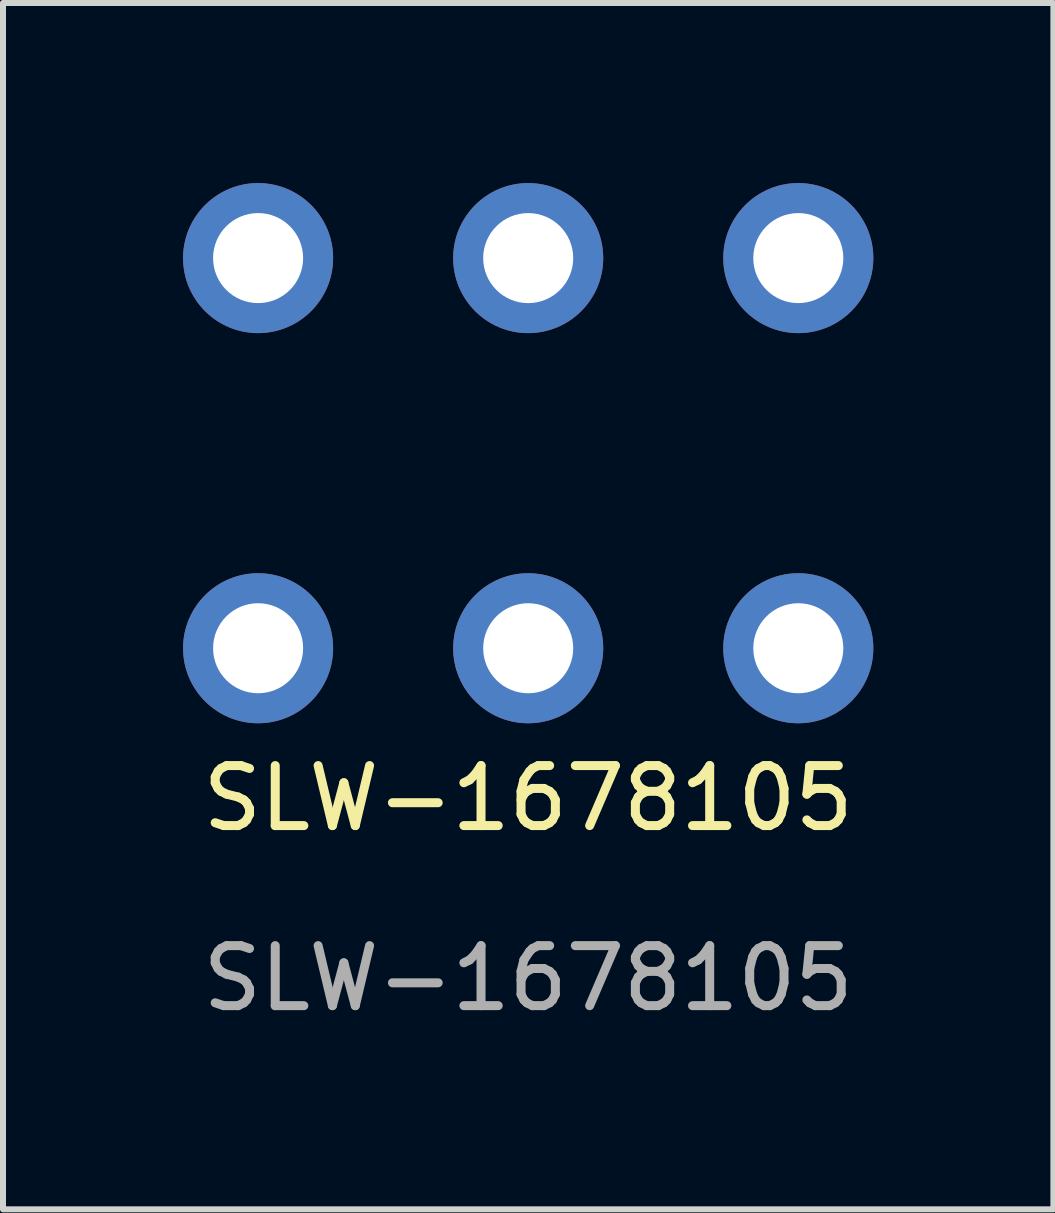
<source format=kicad_pcb>
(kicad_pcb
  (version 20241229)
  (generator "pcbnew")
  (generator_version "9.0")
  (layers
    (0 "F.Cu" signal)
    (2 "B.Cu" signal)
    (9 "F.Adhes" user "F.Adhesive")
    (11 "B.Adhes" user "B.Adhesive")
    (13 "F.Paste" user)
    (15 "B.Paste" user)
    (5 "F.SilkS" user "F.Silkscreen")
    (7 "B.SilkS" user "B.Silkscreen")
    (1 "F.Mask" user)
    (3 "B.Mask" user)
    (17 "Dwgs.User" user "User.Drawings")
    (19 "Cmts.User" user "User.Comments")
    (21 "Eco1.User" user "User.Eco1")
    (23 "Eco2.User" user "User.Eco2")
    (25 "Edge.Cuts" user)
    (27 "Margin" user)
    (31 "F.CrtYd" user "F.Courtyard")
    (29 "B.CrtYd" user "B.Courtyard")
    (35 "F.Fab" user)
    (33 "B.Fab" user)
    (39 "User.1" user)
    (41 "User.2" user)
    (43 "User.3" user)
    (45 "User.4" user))
  (footprint "SLW-1678105"
    (layer "F.Cu")
    (at 5.75 10.75)
    (property "Reference" "SLW-1678105" (at 0 -0.5 0) (unlocked yes) (layer "F.SilkS") (effects (font (size 1 1) (thickness 0.15))))
    (attr through_hole)
    (fp_text user "${REFERENCE}" (at 0 2.5 0) (unlocked yes) (layer "F.Fab") (effects (font (size 1 1) (thickness 0.15))))
    (pad "1" thru_hole circle (at 0 -3) (size 2.5 2.5) (drill 1.5) (layers "*.Cu" "*.Mask"))
    (pad "2" thru_hole circle (at -4.5 -3) (size 2.5 2.5) (drill 1.5) (layers "*.Cu" "*.Mask"))
    (pad "3" thru_hole circle (at 0 -9.5) (size 2.5 2.5) (drill 1.5) (layers "*.Cu" "*.Mask"))
    (pad "4" thru_hole circle (at -4.5 -9.5) (size 2.5 2.5) (drill 1.5) (layers "*.Cu" "*.Mask"))
    (pad "5" thru_hole circle (at 4.5 -3) (size 2.5 2.5) (drill 1.5) (layers "*.Cu" "*.Mask"))
    (pad "6" thru_hole circle (at 4.5 -9.5) (size 2.5 2.5) (drill 1.5) (layers "*.Cu" "*.Mask")))
  (gr_rect
    (start -3 -3)
    (end 14.5 17.098)
    (stroke (width 0.1) (type default))
    (fill no)
    (layer "Edge.Cuts")))
</source>
